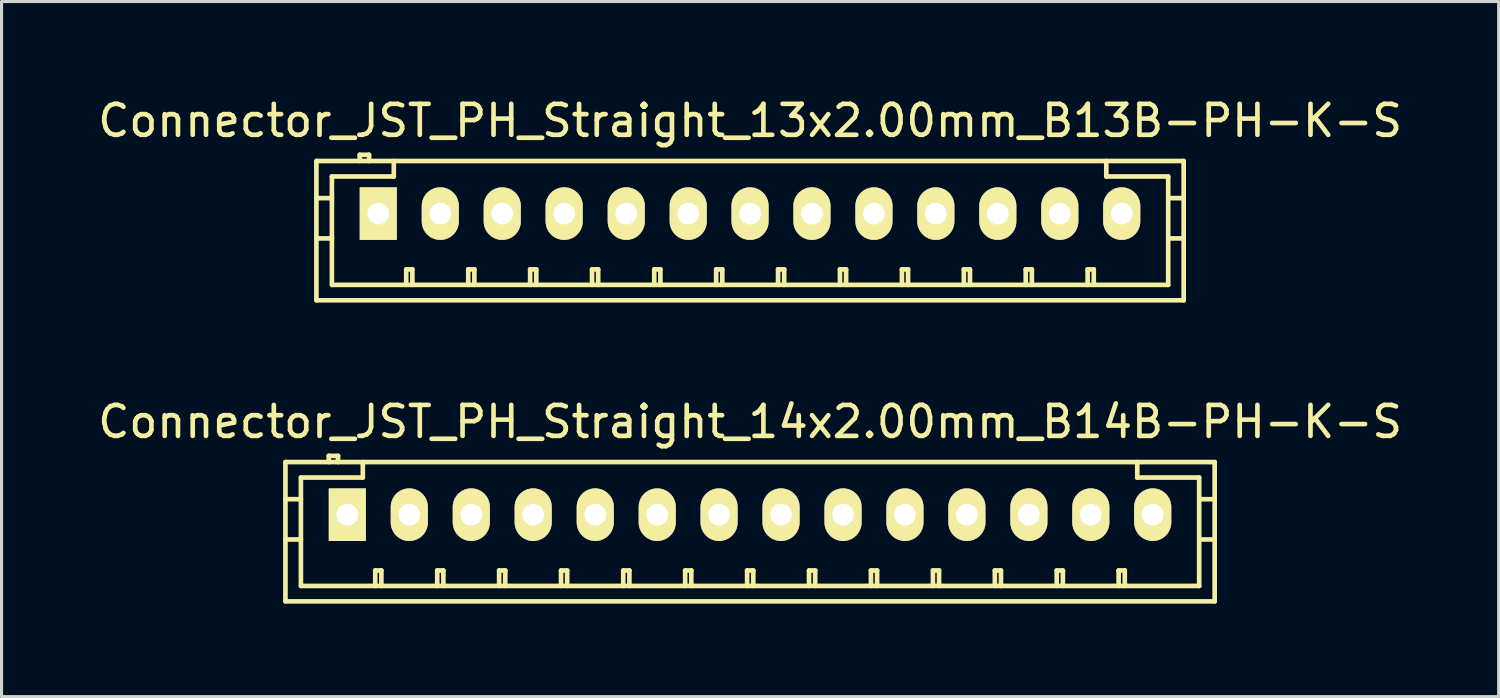
<source format=kicad_pcb>
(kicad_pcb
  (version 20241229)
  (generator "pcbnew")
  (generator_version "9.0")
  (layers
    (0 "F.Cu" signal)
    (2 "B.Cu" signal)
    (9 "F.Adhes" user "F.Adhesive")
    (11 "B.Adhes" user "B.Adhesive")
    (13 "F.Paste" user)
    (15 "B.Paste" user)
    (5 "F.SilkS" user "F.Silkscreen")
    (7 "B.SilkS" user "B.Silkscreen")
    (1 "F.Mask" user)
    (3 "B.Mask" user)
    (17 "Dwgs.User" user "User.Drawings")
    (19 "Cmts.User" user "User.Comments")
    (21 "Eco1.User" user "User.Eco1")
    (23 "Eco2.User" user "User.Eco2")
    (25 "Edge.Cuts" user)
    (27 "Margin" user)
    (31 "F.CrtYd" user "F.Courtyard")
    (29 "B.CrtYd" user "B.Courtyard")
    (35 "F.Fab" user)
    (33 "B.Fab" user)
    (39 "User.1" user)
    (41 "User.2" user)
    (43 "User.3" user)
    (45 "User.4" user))
  (footprint "Connector_JST_PH_Straight_14x2.00mm_B14B-PH-K-S"
    (layer "F.Cu")
    (at 8.173 13.57)
    (property "Reference" "Connector_JST_PH_Straight_14x2.00mm_B14B-PH-K-S" (at 13 -3 0) (layer "F.SilkS") (effects (font (size 1 1) (thickness 0.15))))
    (attr through_hole)
    (fp_line (start -2.006 -1.699) (end -2.006 2.799) (stroke (width 0.15) (type solid)) (layer "F.SilkS"))
    (fp_line (start -2.001 -1.699) (end 28.001 -1.699) (stroke (width 0.15) (type solid)) (layer "F.SilkS"))
    (fp_line (start -2.001 2.799) (end 28.001 2.799) (stroke (width 0.15) (type solid)) (layer "F.SilkS"))
    (fp_line (start -1.506 -1.199) (end -1.506 2.301) (stroke (width 0.15) (type solid)) (layer "F.SilkS"))
    (fp_line (start -1.506 -0.5) (end -2.006 -0.5) (stroke (width 0.15) (type solid)) (layer "F.SilkS"))
    (fp_line (start -1.506 0.8) (end -2.006 0.8) (stroke (width 0.15) (type solid)) (layer "F.SilkS"))
    (fp_line (start -0.607 -1.9) (end -0.607 -1.699) (stroke (width 0.15) (type solid)) (layer "F.SilkS"))
    (fp_line (start -0.307 -1.9) (end -0.607 -1.9) (stroke (width 0.15) (type solid)) (layer "F.SilkS"))
    (fp_line (start -0.307 -1.699) (end -0.307 -1.9) (stroke (width 0.15) (type solid)) (layer "F.SilkS"))
    (fp_line (start 0.493 -1.699) (end 0.493 -1.199) (stroke (width 0.15) (type solid)) (layer "F.SilkS"))
    (fp_line (start 0.493 -1.199) (end -1.506 -1.199) (stroke (width 0.15) (type solid)) (layer "F.SilkS"))
    (fp_line (start 0.894 1.801) (end 1.092 1.801) (stroke (width 0.15) (type solid)) (layer "F.SilkS"))
    (fp_line (start 0.894 2.301) (end 0.894 1.801) (stroke (width 0.15) (type solid)) (layer "F.SilkS"))
    (fp_line (start 1.092 1.801) (end 1.092 2.301) (stroke (width 0.15) (type solid)) (layer "F.SilkS"))
    (fp_line (start 2.896 1.801) (end 3.094 1.801) (stroke (width 0.15) (type solid)) (layer "F.SilkS"))
    (fp_line (start 2.896 2.301) (end 2.896 1.801) (stroke (width 0.15) (type solid)) (layer "F.SilkS"))
    (fp_line (start 3.094 1.801) (end 3.094 2.301) (stroke (width 0.15) (type solid)) (layer "F.SilkS"))
    (fp_line (start 4.895 1.801) (end 5.093 1.801) (stroke (width 0.15) (type solid)) (layer "F.SilkS"))
    (fp_line (start 4.895 2.301) (end 4.895 1.801) (stroke (width 0.15) (type solid)) (layer "F.SilkS"))
    (fp_line (start 5.093 1.801) (end 5.093 2.301) (stroke (width 0.15) (type solid)) (layer "F.SilkS"))
    (fp_line (start 6.894 1.801) (end 7.092 1.801) (stroke (width 0.15) (type solid)) (layer "F.SilkS"))
    (fp_line (start 6.894 2.301) (end 6.894 1.801) (stroke (width 0.15) (type solid)) (layer "F.SilkS"))
    (fp_line (start 7.092 1.801) (end 7.092 2.301) (stroke (width 0.15) (type solid)) (layer "F.SilkS"))
    (fp_line (start 8.903 1.801) (end 9.101 1.801) (stroke (width 0.15) (type solid)) (layer "F.SilkS"))
    (fp_line (start 8.903 2.301) (end 8.903 1.801) (stroke (width 0.15) (type solid)) (layer "F.SilkS"))
    (fp_line (start 9.101 1.801) (end 9.101 2.301) (stroke (width 0.15) (type solid)) (layer "F.SilkS"))
    (fp_line (start 10.902 1.801) (end 11.1 1.801) (stroke (width 0.15) (type solid)) (layer "F.SilkS"))
    (fp_line (start 10.902 2.301) (end 10.902 1.801) (stroke (width 0.15) (type solid)) (layer "F.SilkS"))
    (fp_line (start 11.1 1.801) (end 11.1 2.301) (stroke (width 0.15) (type solid)) (layer "F.SilkS"))
    (fp_line (start 12.903 1.801) (end 13.102 1.801) (stroke (width 0.15) (type solid)) (layer "F.SilkS"))
    (fp_line (start 12.903 2.301) (end 12.903 1.801) (stroke (width 0.15) (type solid)) (layer "F.SilkS"))
    (fp_line (start 13.102 1.801) (end 13.102 2.301) (stroke (width 0.15) (type solid)) (layer "F.SilkS"))
    (fp_line (start 14.902 1.801) (end 15.101 1.801) (stroke (width 0.15) (type solid)) (layer "F.SilkS"))
    (fp_line (start 14.902 2.301) (end 14.902 1.801) (stroke (width 0.15) (type solid)) (layer "F.SilkS"))
    (fp_line (start 15.101 1.801) (end 15.101 2.301) (stroke (width 0.15) (type solid)) (layer "F.SilkS"))
    (fp_line (start 16.901 1.801) (end 17.1 1.801) (stroke (width 0.15) (type solid)) (layer "F.SilkS"))
    (fp_line (start 16.901 2.301) (end 16.901 1.801) (stroke (width 0.15) (type solid)) (layer "F.SilkS"))
    (fp_line (start 17.1 1.801) (end 17.1 2.301) (stroke (width 0.15) (type solid)) (layer "F.SilkS"))
    (fp_line (start 18.903 1.801) (end 19.101 1.801) (stroke (width 0.15) (type solid)) (layer "F.SilkS"))
    (fp_line (start 18.903 2.301) (end 18.903 1.801) (stroke (width 0.15) (type solid)) (layer "F.SilkS"))
    (fp_line (start 19.101 1.801) (end 19.101 2.301) (stroke (width 0.15) (type solid)) (layer "F.SilkS"))
    (fp_line (start 20.902 1.801) (end 21.1 1.801) (stroke (width 0.15) (type solid)) (layer "F.SilkS"))
    (fp_line (start 20.902 2.301) (end 20.902 1.801) (stroke (width 0.15) (type solid)) (layer "F.SilkS"))
    (fp_line (start 21.1 1.801) (end 21.1 2.301) (stroke (width 0.15) (type solid)) (layer "F.SilkS"))
    (fp_line (start 22.901 1.801) (end 23.099 1.801) (stroke (width 0.15) (type solid)) (layer "F.SilkS"))
    (fp_line (start 22.901 2.301) (end 22.901 1.801) (stroke (width 0.15) (type solid)) (layer "F.SilkS"))
    (fp_line (start 23.099 1.801) (end 23.099 2.301) (stroke (width 0.15) (type solid)) (layer "F.SilkS"))
    (fp_line (start 24.9 1.801) (end 25.098 1.801) (stroke (width 0.15) (type solid)) (layer "F.SilkS"))
    (fp_line (start 24.9 2.301) (end 24.9 1.801) (stroke (width 0.15) (type solid)) (layer "F.SilkS"))
    (fp_line (start 25.098 1.801) (end 25.098 2.301) (stroke (width 0.15) (type solid)) (layer "F.SilkS"))
    (fp_line (start 25.502 -1.199) (end 25.502 -1.699) (stroke (width 0.15) (type solid)) (layer "F.SilkS"))
    (fp_line (start 27.501 -1.199) (end 25.502 -1.199) (stroke (width 0.15) (type solid)) (layer "F.SilkS"))
    (fp_line (start 27.501 0.8) (end 28.001 0.8) (stroke (width 0.15) (type solid)) (layer "F.SilkS"))
    (fp_line (start 27.501 2.301) (end -1.501 2.301) (stroke (width 0.15) (type solid)) (layer "F.SilkS"))
    (fp_line (start 27.501 2.301) (end 27.501 -1.199) (stroke (width 0.15) (type solid)) (layer "F.SilkS"))
    (fp_line (start 28.001 -1.699) (end 28.001 2.799) (stroke (width 0.15) (type solid)) (layer "F.SilkS"))
    (fp_line (start 28.001 -0.5) (end 27.501 -0.5) (stroke (width 0.15) (type solid)) (layer "F.SilkS"))
    (pad "1" thru_hole rect (at -0.007 0) (size 1.199 1.699) (drill 0.701) (layers "*.Cu" "*.Mask" "F.SilkS"))
    (pad "2" thru_hole oval (at 1.994 0) (size 1.199 1.699) (drill 0.701) (layers "*.Cu" "*.Mask" "F.SilkS"))
    (pad "3" thru_hole oval (at 3.996 0) (size 1.199 1.699) (drill 0.701) (layers "*.Cu" "*.Mask" "F.SilkS"))
    (pad "4" thru_hole oval (at 5.995 0) (size 1.199 1.699) (drill 0.701) (layers "*.Cu" "*.Mask" "F.SilkS"))
    (pad "5" thru_hole oval (at 7.999 0) (size 1.199 1.699) (drill 0.701) (layers "*.Cu" "*.Mask" "F.SilkS"))
    (pad "6" thru_hole oval (at 10 0) (size 1.199 1.699) (drill 0.701) (layers "*.Cu" "*.Mask" "F.SilkS"))
    (pad "7" thru_hole oval (at 11.997 0) (size 1.199 1.699) (drill 0.701) (layers "*.Cu" "*.Mask" "F.SilkS"))
    (pad "8" thru_hole oval (at 13.998 0) (size 1.199 1.699) (drill 0.701) (layers "*.Cu" "*.Mask" "F.SilkS"))
    (pad "9" thru_hole oval (at 16 0) (size 1.199 1.699) (drill 0.701) (layers "*.Cu" "*.Mask" "F.SilkS"))
    (pad "10" thru_hole oval (at 17.999 0) (size 1.199 1.699) (drill 0.701) (layers "*.Cu" "*.Mask" "F.SilkS"))
    (pad "11" thru_hole oval (at 20 0) (size 1.199 1.699) (drill 0.701) (layers "*.Cu" "*.Mask" "F.SilkS"))
    (pad "12" thru_hole oval (at 22.002 0) (size 1.199 1.699) (drill 0.701) (layers "*.Cu" "*.Mask" "F.SilkS"))
    (pad "13" thru_hole oval (at 24.001 0) (size 1.199 1.699) (drill 0.701) (layers "*.Cu" "*.Mask" "F.SilkS"))
    (pad "14" thru_hole oval (at 26 0) (size 1.199 1.699) (drill 0.701) (layers "*.Cu" "*.Mask" "F.SilkS")))
  (footprint "Connector_JST_PH_Straight_13x2.00mm_B13B-PH-K-S"
    (layer "F.Cu")
    (at 9.173 3.848)
    (property "Reference" "Connector_JST_PH_Straight_13x2.00mm_B13B-PH-K-S" (at 12 -3 0) (layer "F.SilkS") (effects (font (size 1 1) (thickness 0.15))))
    (attr through_hole)
    (fp_line (start -2.006 -1.699) (end -2.006 2.799) (stroke (width 0.15) (type solid)) (layer "F.SilkS"))
    (fp_line (start -1.505 -1.199) (end -1.505 2.301) (stroke (width 0.15) (type solid)) (layer "F.SilkS"))
    (fp_line (start -1.505 -0.5) (end -2.006 -0.5) (stroke (width 0.15) (type solid)) (layer "F.SilkS"))
    (fp_line (start -1.505 0.8) (end -2.006 0.8) (stroke (width 0.15) (type solid)) (layer "F.SilkS"))
    (fp_line (start -1.5 2.301) (end 25.5 2.301) (stroke (width 0.15) (type solid)) (layer "F.SilkS"))
    (fp_line (start -0.606 -1.9) (end -0.606 -1.699) (stroke (width 0.15) (type solid)) (layer "F.SilkS"))
    (fp_line (start -0.306 -1.9) (end -0.606 -1.9) (stroke (width 0.15) (type solid)) (layer "F.SilkS"))
    (fp_line (start -0.306 -1.699) (end -0.306 -1.9) (stroke (width 0.15) (type solid)) (layer "F.SilkS"))
    (fp_line (start 0.494 -1.699) (end 0.494 -1.199) (stroke (width 0.15) (type solid)) (layer "F.SilkS"))
    (fp_line (start 0.494 -1.199) (end -1.505 -1.199) (stroke (width 0.15) (type solid)) (layer "F.SilkS"))
    (fp_line (start 0.895 1.801) (end 1.093 1.801) (stroke (width 0.15) (type solid)) (layer "F.SilkS"))
    (fp_line (start 0.895 2.301) (end 0.895 1.801) (stroke (width 0.15) (type solid)) (layer "F.SilkS"))
    (fp_line (start 1.093 1.801) (end 1.093 2.301) (stroke (width 0.15) (type solid)) (layer "F.SilkS"))
    (fp_line (start 2.897 1.801) (end 3.095 1.801) (stroke (width 0.15) (type solid)) (layer "F.SilkS"))
    (fp_line (start 2.897 2.301) (end 2.897 1.801) (stroke (width 0.15) (type solid)) (layer "F.SilkS"))
    (fp_line (start 3.095 1.801) (end 3.095 2.301) (stroke (width 0.15) (type solid)) (layer "F.SilkS"))
    (fp_line (start 4.896 1.801) (end 5.094 1.801) (stroke (width 0.15) (type solid)) (layer "F.SilkS"))
    (fp_line (start 4.896 2.301) (end 4.896 1.801) (stroke (width 0.15) (type solid)) (layer "F.SilkS"))
    (fp_line (start 5.094 1.801) (end 5.094 2.301) (stroke (width 0.15) (type solid)) (layer "F.SilkS"))
    (fp_line (start 6.895 1.801) (end 7.093 1.801) (stroke (width 0.15) (type solid)) (layer "F.SilkS"))
    (fp_line (start 6.895 2.301) (end 6.895 1.801) (stroke (width 0.15) (type solid)) (layer "F.SilkS"))
    (fp_line (start 7.093 1.801) (end 7.093 2.301) (stroke (width 0.15) (type solid)) (layer "F.SilkS"))
    (fp_line (start 8.904 1.801) (end 9.102 1.801) (stroke (width 0.15) (type solid)) (layer "F.SilkS"))
    (fp_line (start 8.904 2.301) (end 8.904 1.801) (stroke (width 0.15) (type solid)) (layer "F.SilkS"))
    (fp_line (start 9.102 1.801) (end 9.102 2.301) (stroke (width 0.15) (type solid)) (layer "F.SilkS"))
    (fp_line (start 10.903 1.801) (end 11.101 1.801) (stroke (width 0.15) (type solid)) (layer "F.SilkS"))
    (fp_line (start 10.903 2.301) (end 10.903 1.801) (stroke (width 0.15) (type solid)) (layer "F.SilkS"))
    (fp_line (start 11.101 1.801) (end 11.101 2.301) (stroke (width 0.15) (type solid)) (layer "F.SilkS"))
    (fp_line (start 12.902 1.801) (end 13.1 1.801) (stroke (width 0.15) (type solid)) (layer "F.SilkS"))
    (fp_line (start 12.902 2.301) (end 12.902 1.801) (stroke (width 0.15) (type solid)) (layer "F.SilkS"))
    (fp_line (start 13.1 1.801) (end 13.1 2.301) (stroke (width 0.15) (type solid)) (layer "F.SilkS"))
    (fp_line (start 14.901 1.801) (end 15.099 1.801) (stroke (width 0.15) (type solid)) (layer "F.SilkS"))
    (fp_line (start 14.901 2.301) (end 14.901 1.801) (stroke (width 0.15) (type solid)) (layer "F.SilkS"))
    (fp_line (start 15.099 1.801) (end 15.099 2.301) (stroke (width 0.15) (type solid)) (layer "F.SilkS"))
    (fp_line (start 16.902 1.801) (end 17.1 1.801) (stroke (width 0.15) (type solid)) (layer "F.SilkS"))
    (fp_line (start 16.902 2.301) (end 16.902 1.801) (stroke (width 0.15) (type solid)) (layer "F.SilkS"))
    (fp_line (start 17.1 1.801) (end 17.1 2.301) (stroke (width 0.15) (type solid)) (layer "F.SilkS"))
    (fp_line (start 18.901 1.801) (end 19.099 1.801) (stroke (width 0.15) (type solid)) (layer "F.SilkS"))
    (fp_line (start 18.901 2.301) (end 18.901 1.801) (stroke (width 0.15) (type solid)) (layer "F.SilkS"))
    (fp_line (start 19.099 1.801) (end 19.099 2.301) (stroke (width 0.15) (type solid)) (layer "F.SilkS"))
    (fp_line (start 20.9 1.801) (end 21.098 1.801) (stroke (width 0.15) (type solid)) (layer "F.SilkS"))
    (fp_line (start 20.9 2.301) (end 20.9 1.801) (stroke (width 0.15) (type solid)) (layer "F.SilkS"))
    (fp_line (start 21.098 1.801) (end 21.098 2.301) (stroke (width 0.15) (type solid)) (layer "F.SilkS"))
    (fp_line (start 22.899 1.801) (end 23.097 1.801) (stroke (width 0.15) (type solid)) (layer "F.SilkS"))
    (fp_line (start 22.899 2.301) (end 22.899 1.801) (stroke (width 0.15) (type solid)) (layer "F.SilkS"))
    (fp_line (start 23.097 1.801) (end 23.097 2.301) (stroke (width 0.15) (type solid)) (layer "F.SilkS"))
    (fp_line (start 23.501 -1.199) (end 23.501 -1.699) (stroke (width 0.15) (type solid)) (layer "F.SilkS"))
    (fp_line (start 25.5 -1.199) (end 23.501 -1.199) (stroke (width 0.15) (type solid)) (layer "F.SilkS"))
    (fp_line (start 25.5 0.8) (end 26 0.8) (stroke (width 0.15) (type solid)) (layer "F.SilkS"))
    (fp_line (start 25.5 2.301) (end 25.5 -1.199) (stroke (width 0.15) (type solid)) (layer "F.SilkS"))
    (fp_line (start 26 -1.699) (end -2 -1.699) (stroke (width 0.15) (type solid)) (layer "F.SilkS"))
    (fp_line (start 26 -1.699) (end 26 2.799) (stroke (width 0.15) (type solid)) (layer "F.SilkS"))
    (fp_line (start 26 -0.5) (end 25.5 -0.5) (stroke (width 0.15) (type solid)) (layer "F.SilkS"))
    (fp_line (start 26 2.799) (end -2 2.799) (stroke (width 0.15) (type solid)) (layer "F.SilkS"))
    (pad "1" thru_hole rect (at -0.007 0) (size 1.199 1.699) (drill 0.701) (layers "*.Cu" "*.Mask" "F.SilkS"))
    (pad "2" thru_hole oval (at 1.995 0) (size 1.199 1.699) (drill 0.701) (layers "*.Cu" "*.Mask" "F.SilkS"))
    (pad "3" thru_hole oval (at 3.996 0) (size 1.199 1.699) (drill 0.701) (layers "*.Cu" "*.Mask" "F.SilkS"))
    (pad "4" thru_hole oval (at 5.995 0) (size 1.199 1.699) (drill 0.701) (layers "*.Cu" "*.Mask" "F.SilkS"))
    (pad "5" thru_hole oval (at 8 0) (size 1.199 1.699) (drill 0.701) (layers "*.Cu" "*.Mask" "F.SilkS"))
    (pad "6" thru_hole oval (at 10.001 0) (size 1.199 1.699) (drill 0.701) (layers "*.Cu" "*.Mask" "F.SilkS"))
    (pad "7" thru_hole oval (at 11.997 0) (size 1.199 1.699) (drill 0.701) (layers "*.Cu" "*.Mask" "F.SilkS"))
    (pad "8" thru_hole oval (at 13.996 0) (size 1.199 1.699) (drill 0.701) (layers "*.Cu" "*.Mask" "F.SilkS"))
    (pad "9" thru_hole oval (at 15.998 0) (size 1.199 1.699) (drill 0.701) (layers "*.Cu" "*.Mask" "F.SilkS"))
    (pad "10" thru_hole oval (at 17.997 0) (size 1.199 1.699) (drill 0.701) (layers "*.Cu" "*.Mask" "F.SilkS"))
    (pad "11" thru_hole oval (at 19.998 0) (size 1.199 1.699) (drill 0.701) (layers "*.Cu" "*.Mask" "F.SilkS"))
    (pad "12" thru_hole oval (at 22 0) (size 1.199 1.699) (drill 0.701) (layers "*.Cu" "*.Mask" "F.SilkS"))
    (pad "13" thru_hole oval (at 23.999 0) (size 1.199 1.699) (drill 0.701) (layers "*.Cu" "*.Mask" "F.SilkS")))
  (gr_rect
    (start -3 -3)
    (end 45.345 19.444)
    (stroke (width 0.1) (type default))
    (fill no)
    (layer "Edge.Cuts")))
</source>
